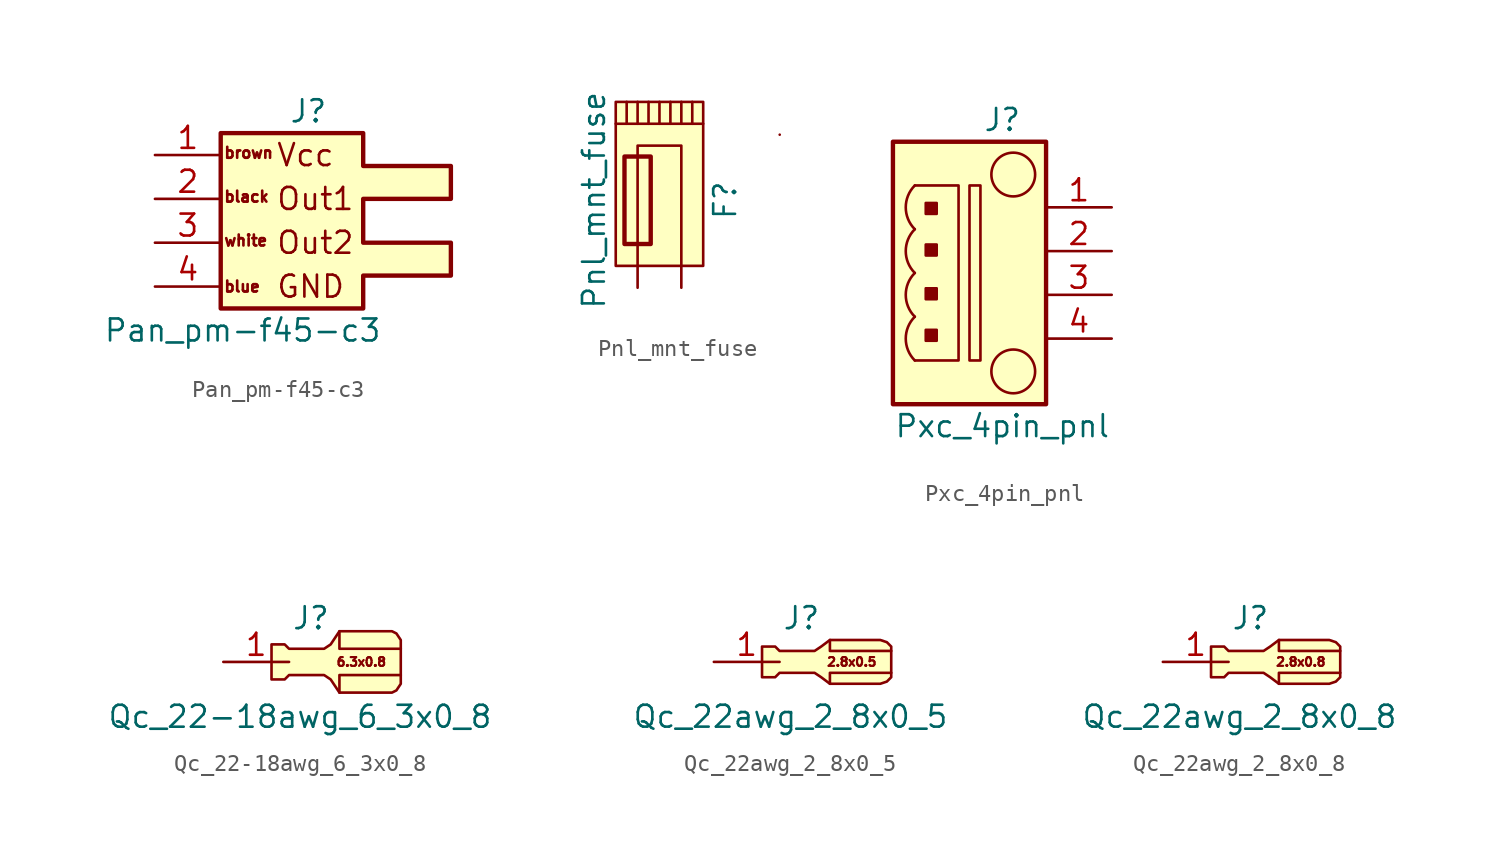
<source format=kicad_sym>
(kicad_symbol_lib
  (version 20211014)
  (generator kicad_symbol_editor)
  (symbol "Pan_pm-f45-c3"
    (pin_names
      (offset 1.016) hide)
    (property "Reference" "J"
      (at 5.08 6.35 0)
      (effects (font (size 1.27 1.27))))
    (property "Value" "Pan_pm-f45-c3"
      (at 1.27 -6.35 0)
      (effects (font (size 1.27 1.27))))
    (symbol "Pan_pm-f45-c3_0_0"
      (text "blue" (at 0.127 -3.81 0) (effects (font (size 0.635 0.635)) (justify left)))
      (text "GND" (at 3.175 -3.81 0) (effects (font (size 1.27 1.27)) (justify left)))
      (text "Out1" (at 3.175 1.27 0) (effects (font (size 1.27 1.27)) (justify left)))
      (text "Vcc" (at 3.175 3.81 0) (effects (font (size 1.27 1.27)) (justify left))))
    (symbol "Pan_pm-f45-c3_0_1"
      (polyline (pts (xy 0 3.81) (xy 0 5.08) (xy 8.255 5.08) (xy 8.255 3.175) (xy 13.335 3.175) (xy 13.335 1.27) (xy 8.255 1.27) (xy 8.255 -1.27) (xy 13.335 -1.27) (xy 13.335 -3.175) (xy 8.255 -3.175) (xy 8.255 -5.08) (xy 0 -5.08) (xy 0 -3.81) (xy 0 3.81)) (stroke (width 0.254) (type default) (color 0 0 0 0)) (fill (type background))))
    (symbol "Pan_pm-f45-c3_1_1"
      (text "black" (at 0.127 1.397 0) (effects (font (size 0.635 0.635)) (justify left)))
      (text "brown" (at 0.127 3.937 0) (effects (font (size 0.635 0.635)) (justify left)))
      (text "Out2" (at 3.175 -1.27 0) (effects (font (size 1.27 1.27)) (justify left)))
      (text "white" (at 0.127 -1.143 0) (effects (font (size 0.635 0.635)) (justify left)))
      (pin passive line (at -3.81 3.81 0) (length 3.81) (name "Pin_1" (effects (font (size 1.27 1.27)))) (number "1" (effects (font (size 1.27 1.27)))))
      (pin passive line (at -3.81 1.27 0) (length 3.81) (name "Pin_1" (effects (font (size 1.27 1.27)))) (number "2" (effects (font (size 1.27 1.27)))))
      (pin passive line (at -3.81 -1.27 0) (length 3.81) (name "Pin_1" (effects (font (size 1.27 1.27)))) (number "3" (effects (font (size 1.27 1.27)))))
      (pin passive line (at -3.81 -3.81 0) (length 3.81) (name "Pin_1" (effects (font (size 1.27 1.27)))) (number "4" (effects (font (size 1.27 1.27)))))))
  (symbol "Pnl_mnt_fuse"
    (pin_numbers hide)
    (pin_names
      (offset 0) hide)
    (property "Reference" "F"
      (at 3.81 2.54 90)
      (effects (font (size 1.27 1.27))))
    (property "Value" "Pnl_mnt_fuse"
      (at -3.81 2.54 90)
      (effects (font (size 1.27 1.27))))
    (symbol "Pnl_mnt_fuse_0_1"
      (rectangle (start -2.032 0) (end -0.508 5.08) (stroke (width 0.254) (type default) (color 0 0 0 0)) (fill (type none)))
      (polyline (pts (xy -1.27 8.255) (xy -1.27 6.985)) (stroke (width 0) (type default) (color 0 0 0 0)) (fill (type none)))
      (polyline (pts (xy 0 8.255) (xy 0 6.985)) (stroke (width 0) (type default) (color 0 0 0 0)) (fill (type none)))
      (polyline (pts (xy 2.54 6.985) (xy -2.54 6.985)) (stroke (width 0) (type default) (color 0 0 0 0)) (fill (type none)))
      (polyline (pts (xy 6.985 6.35) (xy 6.985 6.35)) (stroke (width 0) (type default) (color 0 0 0 0)) (fill (type none)))
      (polyline (pts (xy 1.27 -1.27) (xy 1.27 5.715) (xy -1.27 5.715) (xy -1.27 -1.27)) (stroke (width 0) (type default) (color 0 0 0 0)) (fill (type none)))
      (rectangle (start 2.54 8.255) (end -2.54 -1.27) (stroke (width 0) (type default) (color 0 0 0 0)) (fill (type background))))
    (symbol "Pnl_mnt_fuse_1_1"
      (polyline (pts (xy -1.905 8.255) (xy -1.905 6.985)) (stroke (width 0) (type default) (color 0 0 0 0)) (fill (type none)))
      (polyline (pts (xy -0.635 8.255) (xy -0.635 6.985)) (stroke (width 0) (type default) (color 0 0 0 0)) (fill (type none)))
      (polyline (pts (xy 0.635 8.255) (xy 0.635 6.985)) (stroke (width 0) (type default) (color 0 0 0 0)) (fill (type none)))
      (polyline (pts (xy 1.27 8.255) (xy 1.27 6.985)) (stroke (width 0) (type default) (color 0 0 0 0)) (fill (type none)))
      (polyline (pts (xy 1.905 8.255) (xy 1.905 6.985)) (stroke (width 0) (type default) (color 0 0 0 0)) (fill (type none)))
      (pin passive line (at 1.27 -2.54 90) (length 1.27) (name "PIN_1" (effects (font (size 1.27 1.27)))) (number "1" (effects (font (size 1.27 1.27)))))
      (pin passive line (at -1.27 -2.54 90) (length 1.27) (name "PIN_2" (effects (font (size 1.27 1.27)))) (number "2" (effects (font (size 1.27 1.27)))))))
  (symbol "Pxc_4pin_pnl"
    (pin_names
      (offset 1.016) hide)
    (property "Reference" "J"
      (at 0 8.89 0)
      (effects (font (size 1.27 1.27))))
    (property "Value" "Pxc_4pin_pnl"
      (at 0 -8.89 0)
      (effects (font (size 1.27 1.27))))
    (symbol "Pxc_4pin_pnl_0_1"
      (arc (start -5.08 5.08) (mid -5.6061 3.81) (end -5.08 2.54) (stroke (width 0) (type default) (color 0 0 0 0)) (fill (type none)))
      (rectangle (start -3.81 4.064) (end -4.445 3.429) (stroke (width 0) (type default) (color 0 0 0 0)) (fill (type outline)))
      (polyline (pts (xy -5.08 5.08) (xy -2.54 5.08) (xy -2.54 -5.08) (xy -5.08 -5.08)) (stroke (width 0) (type default) (color 0 0 0 0)) (fill (type none)))
      (polyline (pts (xy -1.905 5.08) (xy -1.905 -5.08) (xy -1.27 -5.08) (xy -1.27 5.08) (xy -1.905 5.08)) (stroke (width 0) (type default) (color 0 0 0 0)) (fill (type none)))
      (circle (center 0.635 -5.715) (radius 1.27) (stroke (width 0) (type default) (color 0 0 0 0)) (fill (type none)))
      (circle (center 0.635 5.715) (radius 1.27) (stroke (width 0) (type default) (color 0 0 0 0)) (fill (type none))))
    (symbol "Pxc_4pin_pnl_1_1"
      (arc (start -5.08 -2.54) (mid -5.6061 -3.81) (end -5.08 -5.08) (stroke (width 0) (type default) (color 0 0 0 0)) (fill (type none)))
      (arc (start -5.08 0) (mid -5.6061 -1.27) (end -5.08 -2.54) (stroke (width 0) (type default) (color 0 0 0 0)) (fill (type none)))
      (arc (start -5.08 2.54) (mid -5.6061 1.27) (end -5.08 0) (stroke (width 0) (type default) (color 0 0 0 0)) (fill (type none)))
      (rectangle (start -3.81 -3.302) (end -4.445 -3.937) (stroke (width 0) (type default) (color 0 0 0 0)) (fill (type outline)))
      (rectangle (start -3.81 -0.889) (end -4.445 -1.524) (stroke (width 0) (type default) (color 0 0 0 0)) (fill (type outline)))
      (rectangle (start -3.81 1.651) (end -4.445 1.016) (stroke (width 0) (type default) (color 0 0 0 0)) (fill (type outline)))
      (rectangle (start 2.54 7.62) (end -6.35 -7.62) (stroke (width 0.254) (type default) (color 0 0 0 0)) (fill (type background)))
      (pin passive line (at 6.35 3.81 180) (length 3.81) (name "Pin_1" (effects (font (size 1.27 1.27)))) (number "1" (effects (font (size 1.27 1.27)))))
      (pin passive line (at 6.35 1.27 180) (length 3.81) (name "Pin_2" (effects (font (size 1.27 1.27)))) (number "2" (effects (font (size 1.27 1.27)))))
      (pin passive line (at 6.35 -1.27 180) (length 3.81) (name "Pin_3" (effects (font (size 1.27 1.27)))) (number "3" (effects (font (size 1.27 1.27)))))
      (pin passive line (at 6.35 -3.81 180) (length 3.81) (name "Pin_4" (effects (font (size 1.27 1.27)))) (number "4" (effects (font (size 1.27 1.27)))))))
  (symbol "Qc_22-18awg_6_3x0_8"
    (pin_names
      (offset 1.016) hide)
    (property "Reference" "J"
      (at 0 2.54 0)
      (effects (font (size 1.27 1.27))))
    (property "Value" "Qc_22-18awg_6_3x0_8"
      (at -0.635 -3.175 0)
      (effects (font (size 1.27 1.27))))
    (symbol "Qc_22-18awg_6_3x0_8_0_0"
      (text "6.3x0.8" (at 2.921 0 0) (effects (font (size 0.508 0.508)))))
    (symbol "Qc_22-18awg_6_3x0_8_0_1"
      (polyline (pts (xy 5.207 -0.762) (xy 1.651 -0.762) (xy 1.651 -1.778)) (stroke (width 0) (type default) (color 0 0 0 0)) (fill (type none)))
      (polyline (pts (xy 5.207 0.762) (xy 1.651 0.762) (xy 1.651 1.778)) (stroke (width 0) (type default) (color 0 0 0 0)) (fill (type none)))
      (polyline (pts (xy 4.699 1.778) (xy 1.651 1.778) (xy 1.143 1.016) (xy 0.762 0.762) (xy -1.27 0.762) (xy -1.524 1.016) (xy -2.286 1.016) (xy -2.286 -1.016) (xy -1.524 -1.016) (xy -1.27 -0.762) (xy 0.762 -0.762) (xy 1.143 -1.016) (xy 1.651 -1.778) (xy 4.699 -1.778) (xy 4.953 -1.651) (xy 5.207 -1.27) (xy 5.207 -0.762) (xy 5.207 1.27) (xy 4.953 1.651) (xy 4.699 1.778)) (stroke (width 0) (type default) (color 0 0 0 0)) (fill (type background))))
    (symbol "Qc_22-18awg_6_3x0_8_1_1"
      (pin passive line (at -5.08 0 0) (length 3.81) (name "Pin_1" (effects (font (size 1.27 1.27)))) (number "1" (effects (font (size 1.27 1.27)))))))
  (symbol "Qc_22awg_2_8x0_5"
    (pin_names
      (offset 1.016) hide)
    (property "Reference" "J"
      (at 0 2.54 0)
      (effects (font (size 1.27 1.27))))
    (property "Value" "Qc_22awg_2_8x0_5"
      (at -0.635 -3.175 0)
      (effects (font (size 1.27 1.27))))
    (symbol "Qc_22awg_2_8x0_5_0_0"
      (text "2.8x0.5" (at 2.921 0 0) (effects (font (size 0.508 0.508)))))
    (symbol "Qc_22awg_2_8x0_5_0_1"
      (polyline (pts (xy 5.207 -0.635) (xy 1.651 -0.635) (xy 1.651 -1.27)) (stroke (width 0) (type default) (color 0 0 0 0)) (fill (type none)))
      (polyline (pts (xy 5.207 0.635) (xy 1.651 0.635) (xy 1.651 1.27)) (stroke (width 0) (type default) (color 0 0 0 0)) (fill (type none)))
      (polyline (pts (xy 4.572 1.27) (xy 1.651 1.27) (xy 1.143 0.889) (xy 0.762 0.635) (xy -1.27 0.635) (xy -1.524 0.889) (xy -2.286 0.889) (xy -2.286 -0.889) (xy -1.524 -0.889) (xy -1.27 -0.635) (xy 0.762 -0.635) (xy 1.143 -0.889) (xy 1.651 -1.27) (xy 4.572 -1.27) (xy 4.953 -1.143) (xy 5.207 -0.889) (xy 5.207 -0.762) (xy 5.207 0.889) (xy 4.953 1.143) (xy 4.572 1.27)) (stroke (width 0) (type default) (color 0 0 0 0)) (fill (type background))))
    (symbol "Qc_22awg_2_8x0_5_1_1"
      (pin passive line (at -5.08 0 0) (length 3.81) (name "Pin_1" (effects (font (size 1.27 1.27)))) (number "1" (effects (font (size 1.27 1.27)))))))
  (symbol "Qc_22awg_2_8x0_8"
    (pin_names
      (offset 1.016) hide)
    (property "Reference" "J"
      (at 0 2.54 0)
      (effects (font (size 1.27 1.27))))
    (property "Value" "Qc_22awg_2_8x0_8"
      (at -0.635 -3.175 0)
      (effects (font (size 1.27 1.27))))
    (symbol "Qc_22awg_2_8x0_8_0_0"
      (text "2.8x0.8" (at 2.921 0 0) (effects (font (size 0.508 0.508)))))
    (symbol "Qc_22awg_2_8x0_8_0_1"
      (polyline (pts (xy 5.207 -0.635) (xy 1.651 -0.635) (xy 1.651 -1.27)) (stroke (width 0) (type default) (color 0 0 0 0)) (fill (type none)))
      (polyline (pts (xy 5.207 0.635) (xy 1.651 0.635) (xy 1.651 1.27)) (stroke (width 0) (type default) (color 0 0 0 0)) (fill (type none)))
      (polyline (pts (xy 4.572 1.27) (xy 1.651 1.27) (xy 1.143 0.889) (xy 0.762 0.635) (xy -1.27 0.635) (xy -1.524 0.889) (xy -2.286 0.889) (xy -2.286 -0.889) (xy -1.524 -0.889) (xy -1.27 -0.635) (xy 0.762 -0.635) (xy 1.143 -0.889) (xy 1.651 -1.27) (xy 4.572 -1.27) (xy 4.953 -1.143) (xy 5.207 -0.889) (xy 5.207 -0.762) (xy 5.207 0.889) (xy 4.953 1.143) (xy 4.572 1.27)) (stroke (width 0) (type default) (color 0 0 0 0)) (fill (type background))))
    (symbol "Qc_22awg_2_8x0_8_1_1"
      (pin passive line (at -5.08 0 0) (length 3.81) (name "Pin_1" (effects (font (size 1.27 1.27)))) (number "1" (effects (font (size 1.27 1.27))))))))
</source>
